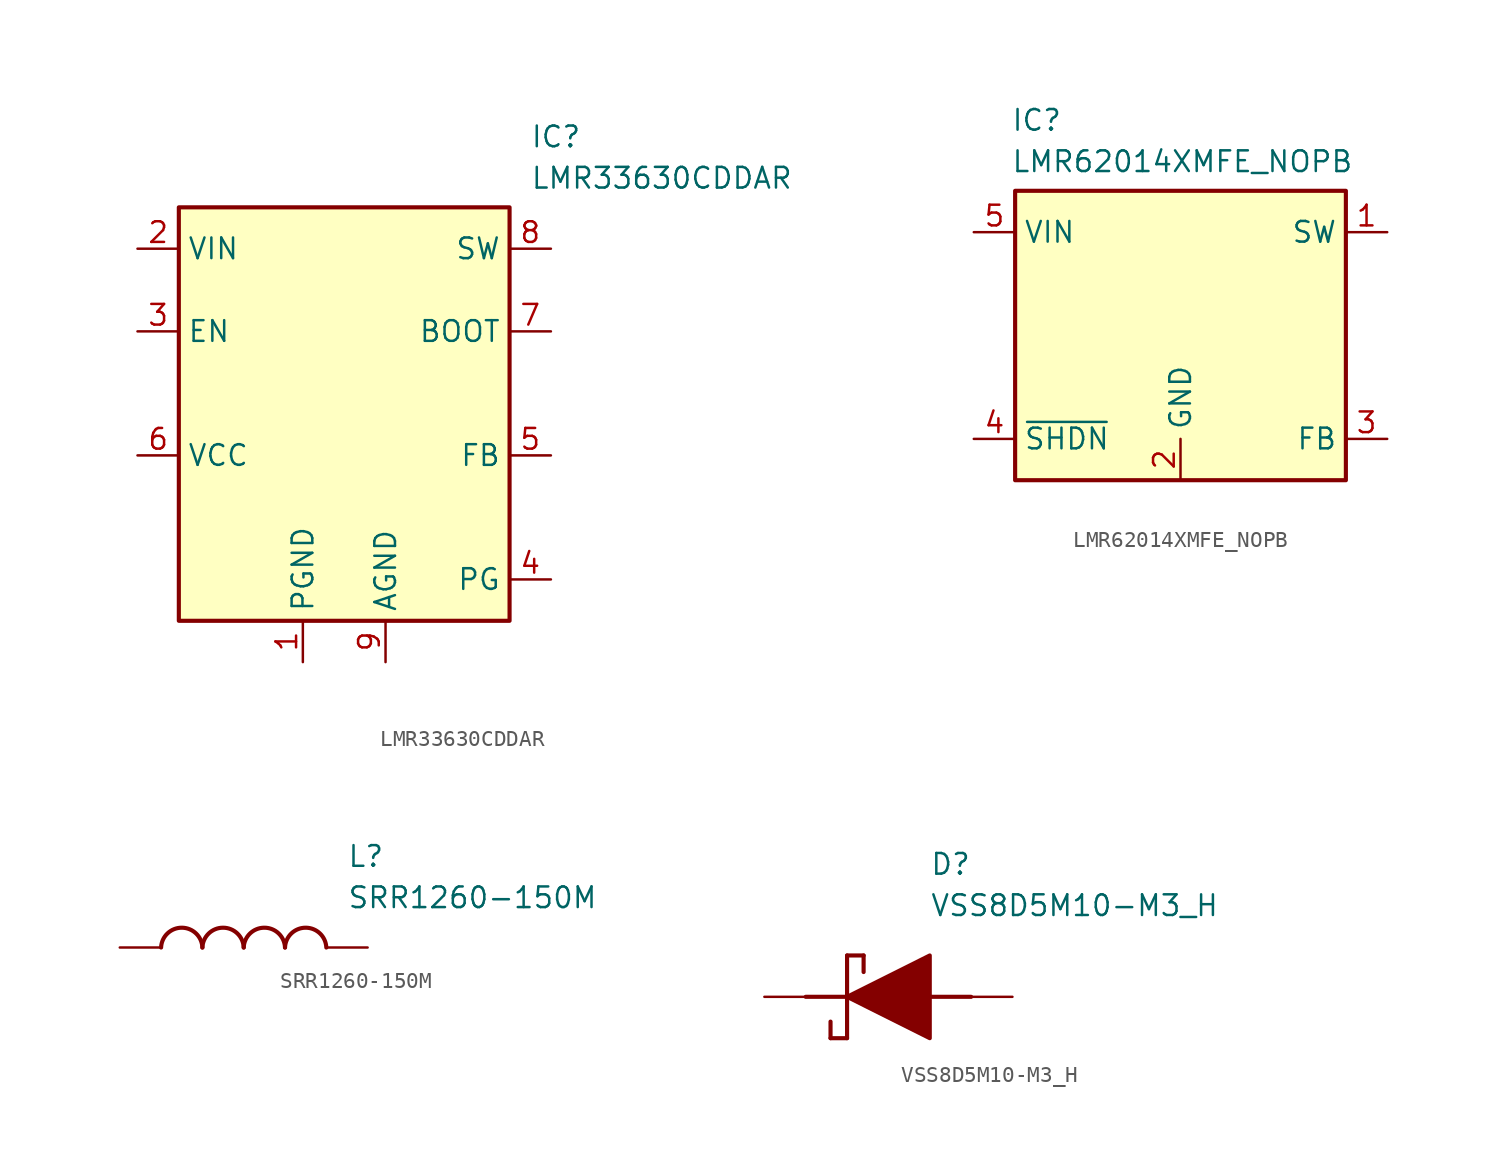
<source format=kicad_sym>
(kicad_symbol_lib
  (version 20231120)
  (generator "kicad_symbol_editor")
  (generator_version "8.0")
  (symbol "LMR33630CDDAR"
    (property "Reference" "IC"
      (at 21.59 5.08 0)
      (effects (font (size 1.27 1.27)) (justify left top)))
    (property "Value" "LMR33630CDDAR"
      (at 21.59 2.54 0)
      (effects (font (size 1.27 1.27)) (justify left top)))
    (symbol "LMR33630CDDAR_1_1"
      (rectangle (start 0 0) (end 20.32 -25.4) (stroke (width 0.254) (type default)) (fill (type background)))
      (pin power_in line (at 7.62 -27.94 90) (length 2.54) (name "PGND" (effects (font (size 1.27 1.27)))) (number "1" (effects (font (size 1.27 1.27)))))
      (pin power_in line (at -2.54 -2.54 0) (length 2.54) (name "VIN" (effects (font (size 1.27 1.27)))) (number "2" (effects (font (size 1.27 1.27)))))
      (pin input line (at -2.54 -7.62 0) (length 2.54) (name "EN" (effects (font (size 1.27 1.27)))) (number "3" (effects (font (size 1.27 1.27)))))
      (pin output line (at 22.86 -22.86 180) (length 2.54) (name "PG" (effects (font (size 1.27 1.27)))) (number "4" (effects (font (size 1.27 1.27)))))
      (pin input line (at 22.86 -15.24 180) (length 2.54) (name "FB" (effects (font (size 1.27 1.27)))) (number "5" (effects (font (size 1.27 1.27)))))
      (pin power_in line (at -2.54 -15.24 0) (length 2.54) (name "VCC" (effects (font (size 1.27 1.27)))) (number "6" (effects (font (size 1.27 1.27)))))
      (pin power_in line (at 22.86 -7.62 180) (length 2.54) (name "BOOT" (effects (font (size 1.27 1.27)))) (number "7" (effects (font (size 1.27 1.27)))))
      (pin power_in line (at 22.86 -2.54 180) (length 2.54) (name "SW" (effects (font (size 1.27 1.27)))) (number "8" (effects (font (size 1.27 1.27)))))
      (pin power_in line (at 12.7 -27.94 90) (length 2.54) (name "AGND" (effects (font (size 1.27 1.27)))) (number "9" (effects (font (size 1.27 1.27)))))))
  (symbol "LMR62014XMFE_NOPB"
    (property "Reference" "IC"
      (at -0.254 5.08 0)
      (effects (font (size 1.27 1.27)) (justify left top)))
    (property "Value" "LMR62014XMFE_NOPB"
      (at -0.254 2.54 0)
      (effects (font (size 1.27 1.27)) (justify left top)))
    (symbol "LMR62014XMFE_NOPB_1_1"
      (rectangle (start 0 0) (end 20.32 -17.78) (stroke (width 0.254) (type default)) (fill (type background)))
      (pin power_in line (at 22.86 -2.54 180) (length 2.54) (name "SW" (effects (font (size 1.27 1.27)))) (number "1" (effects (font (size 1.27 1.27)))))
      (pin power_in line (at 10.16 -17.78 90) (length 2.54) (name "GND" (effects (font (size 1.27 1.27)))) (number "2" (effects (font (size 1.27 1.27)))))
      (pin input line (at 22.86 -15.24 180) (length 2.54) (name "FB" (effects (font (size 1.27 1.27)))) (number "3" (effects (font (size 1.27 1.27)))))
      (pin input line (at -2.54 -15.24 0) (length 2.54) (name "~{SHDN}" (effects (font (size 1.27 1.27)))) (number "4" (effects (font (size 1.27 1.27)))))
      (pin power_in line (at -2.54 -2.54 0) (length 2.54) (name "VIN" (effects (font (size 1.27 1.27)))) (number "5" (effects (font (size 1.27 1.27)))))))
  (symbol "SRR1260-150M"
    (pin_numbers hide)
    (pin_names hide)
    (property "Reference" "L"
      (at 16.51 6.35 0)
      (effects (font (size 1.27 1.27)) (justify left top)))
    (property "Value" "SRR1260-150M"
      (at 16.51 3.81 0)
      (effects (font (size 1.27 1.27)) (justify left top)))
    (symbol "SRR1260-150M_1_1"
      (arc (start 7.62 0) (mid 6.35 1.219) (end 5.08 0) (stroke (width 0.254) (type default)) (fill (type none)))
      (arc (start 10.16 0) (mid 8.89 1.219) (end 7.62 0) (stroke (width 0.254) (type default)) (fill (type none)))
      (arc (start 12.7 0) (mid 11.43 1.219) (end 10.16 0) (stroke (width 0.254) (type default)) (fill (type none)))
      (arc (start 15.24 0) (mid 13.97 1.219) (end 12.7 0) (stroke (width 0.254) (type default)) (fill (type none)))
      (pin passive line (at 2.54 0 0) (length 2.54) (name "~" (effects (font (size 1.27 1.27)))) (number "1" (effects (font (size 1.27 1.27)))))
      (pin passive line (at 17.78 0 180) (length 2.54) (name "~" (effects (font (size 1.27 1.27)))) (number "2" (effects (font (size 1.27 1.27)))))))
  (symbol "VSS8D5M10-M3_H"
    (pin_numbers hide)
    (pin_names hide)
    (property "Reference" "D"
      (at 12.7 8.89 0)
      (effects (font (size 1.27 1.27)) (justify left top)))
    (property "Value" "VSS8D5M10-M3_H"
      (at 12.7 6.35 0)
      (effects (font (size 1.27 1.27)) (justify left top)))
    (symbol "VSS8D5M10-M3_H_1_1"
      (polyline (pts (xy 5.08 0) (xy 7.62 0)) (stroke (width 0.254) (type default)) (fill (type none)))
      (polyline (pts (xy 6.604 -1.524) (xy 6.604 -2.54)) (stroke (width 0.254) (type default)) (fill (type none)))
      (polyline (pts (xy 7.62 -2.54) (xy 6.604 -2.54)) (stroke (width 0.254) (type default)) (fill (type none)))
      (polyline (pts (xy 7.62 2.54) (xy 7.62 -2.54)) (stroke (width 0.254) (type default)) (fill (type none)))
      (polyline (pts (xy 7.62 2.54) (xy 8.636 2.54)) (stroke (width 0.254) (type default)) (fill (type none)))
      (polyline (pts (xy 8.636 1.524) (xy 8.636 2.54)) (stroke (width 0.254) (type default)) (fill (type none)))
      (polyline (pts (xy 12.7 0) (xy 15.24 0)) (stroke (width 0.254) (type default)) (fill (type none)))
      (polyline (pts (xy 7.62 0) (xy 12.7 2.54) (xy 12.7 -2.54) (xy 7.62 0)) (stroke (width 0.254) (type default)) (fill (type outline)))
      (pin passive line (at 2.54 0 0) (length 2.54) (name "K" (effects (font (size 1.27 1.27)))) (number "1" (effects (font (size 1.27 1.27)))))
      (pin passive line (at 17.78 0 180) (length 2.54) (name "A" (effects (font (size 1.27 1.27)))) (number "2" (effects (font (size 1.27 1.27))))))))
</source>
